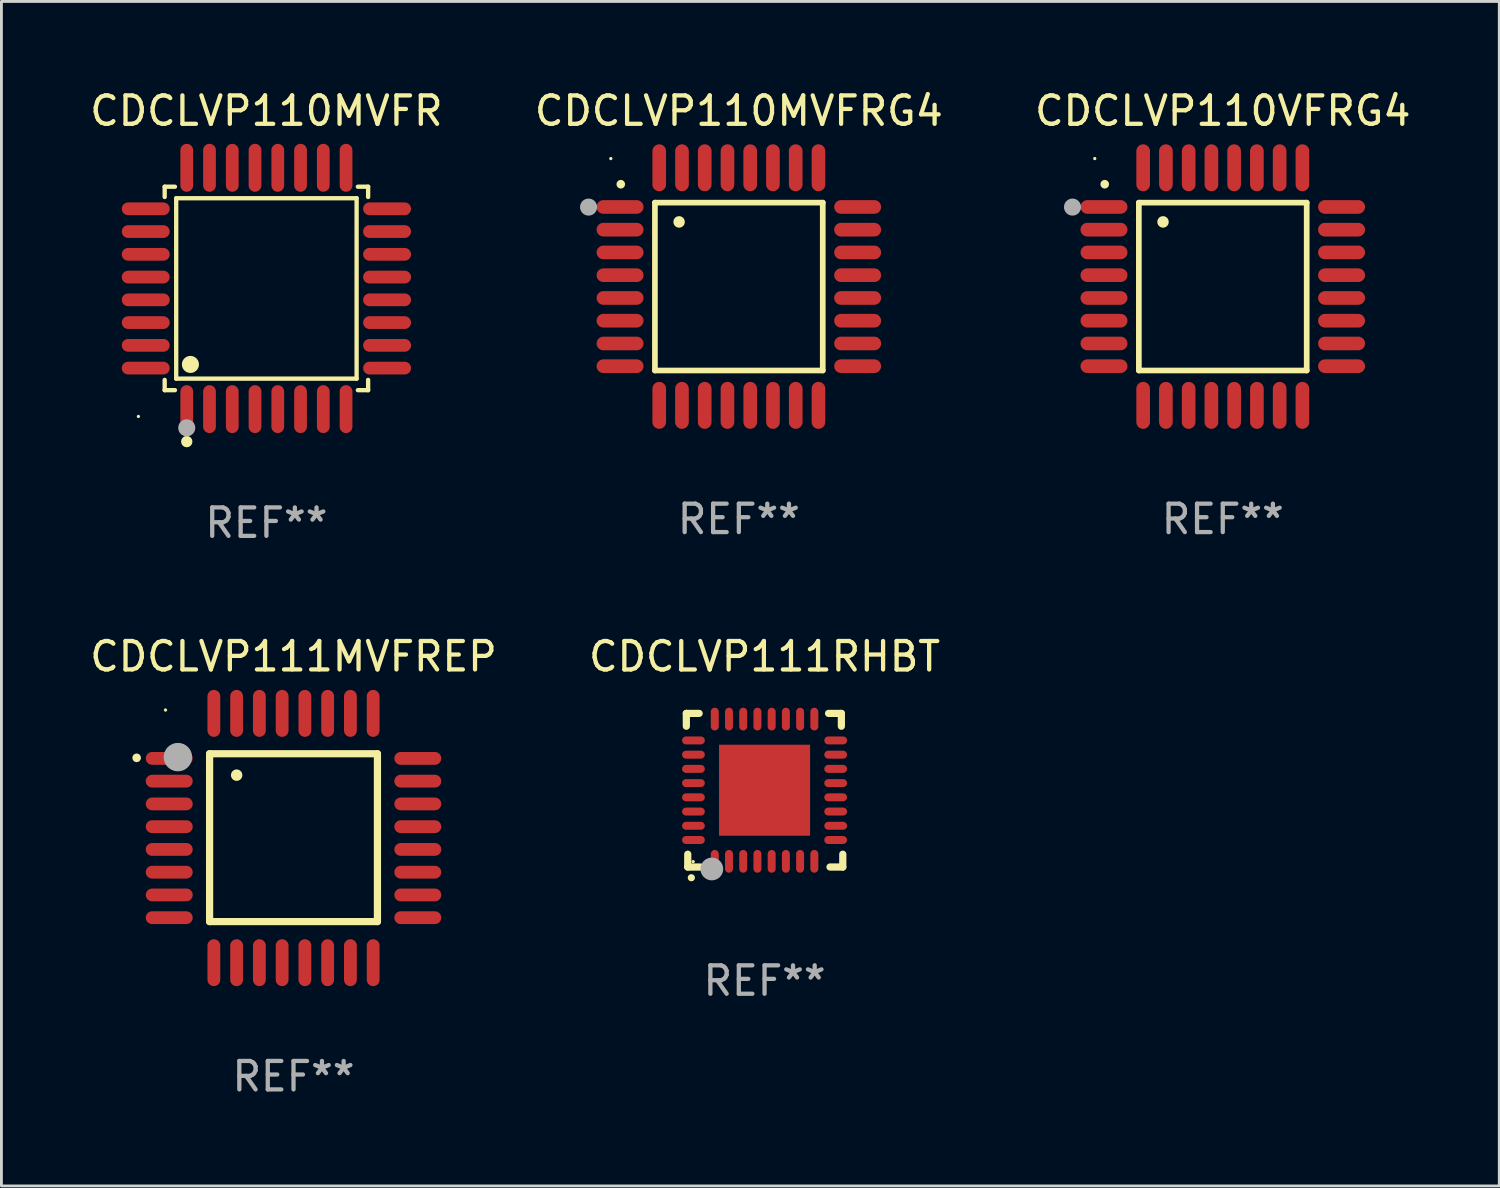
<source format=kicad_pcb>
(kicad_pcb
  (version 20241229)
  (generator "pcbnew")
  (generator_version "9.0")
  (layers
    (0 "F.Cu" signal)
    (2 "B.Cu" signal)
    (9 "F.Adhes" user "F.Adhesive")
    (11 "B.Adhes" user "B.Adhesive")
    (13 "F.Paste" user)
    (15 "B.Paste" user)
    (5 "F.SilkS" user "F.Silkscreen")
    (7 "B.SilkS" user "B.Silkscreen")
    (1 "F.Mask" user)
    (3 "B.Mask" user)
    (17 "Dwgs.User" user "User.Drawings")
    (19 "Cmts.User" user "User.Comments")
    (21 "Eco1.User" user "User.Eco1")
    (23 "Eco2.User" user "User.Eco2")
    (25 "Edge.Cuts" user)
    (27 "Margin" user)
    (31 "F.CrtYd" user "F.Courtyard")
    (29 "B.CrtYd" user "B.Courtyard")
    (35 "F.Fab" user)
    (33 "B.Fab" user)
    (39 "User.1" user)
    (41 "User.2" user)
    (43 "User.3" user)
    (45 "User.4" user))
  (footprint "CDCLVP110MVFR"
    (layer "F.Cu")
    (at 6.315 7.09)
    (property "Reference" "CDCLVP110MVFR" (at 0 -6.242 0) (layer "F.SilkS") (effects (font (size 1 1) (thickness 0.15))))
    (attr through_hole)
    (fp_line (start -3.576 -3.576) (end -3.215 -3.576) (stroke (width 0.152) (type solid)) (layer "F.SilkS"))
    (fp_line (start -3.576 -3.215) (end -3.576 -3.576) (stroke (width 0.152) (type solid)) (layer "F.SilkS"))
    (fp_line (start -3.576 3.215) (end -3.576 3.576) (stroke (width 0.152) (type solid)) (layer "F.SilkS"))
    (fp_line (start -3.576 3.576) (end -3.215 3.576) (stroke (width 0.152) (type solid)) (layer "F.SilkS"))
    (fp_line (start -3.171 -3.171) (end 3.171 -3.171) (stroke (width 0.152) (type solid)) (layer "F.SilkS"))
    (fp_line (start -3.171 3.171) (end -3.171 -3.171) (stroke (width 0.152) (type solid)) (layer "F.SilkS"))
    (fp_line (start 3.171 -3.171) (end 3.171 3.171) (stroke (width 0.152) (type solid)) (layer "F.SilkS"))
    (fp_line (start 3.171 3.171) (end -3.171 3.171) (stroke (width 0.152) (type solid)) (layer "F.SilkS"))
    (fp_line (start 3.576 -3.576) (end 3.215 -3.576) (stroke (width 0.152) (type solid)) (layer "F.SilkS"))
    (fp_line (start 3.576 -3.215) (end 3.576 -3.576) (stroke (width 0.152) (type solid)) (layer "F.SilkS"))
    (fp_line (start 3.576 3.215) (end 3.576 3.576) (stroke (width 0.152) (type solid)) (layer "F.SilkS"))
    (fp_line (start 3.576 3.576) (end 3.215 3.576) (stroke (width 0.152) (type solid)) (layer "F.SilkS"))
    (fp_circle (center -4.5 4.5) (end -4.47 4.5) (stroke (width 0.06) (type solid)) (fill no) (layer "F.SilkS"))
    (fp_circle (center -2.8 5.384) (end -2.7 5.384) (stroke (width 0.2) (type solid)) (fill no) (layer "F.SilkS"))
    (fp_circle (center -2.671 2.671) (end -2.521 2.671) (stroke (width 0.3) (type solid)) (fill no) (layer "F.SilkS"))
    (fp_circle (center -2.8 4.9) (end -2.65 4.9) (stroke (width 0.3) (type solid)) (fill no) (layer "F.Fab"))
    (fp_text user "REF**" (at 0 8.242 0) (layer "F.Fab") (effects (font (size 1 1) (thickness 0.15))))
    (pad "1" smd oval (at -2.8 4.242) (size 0.448 1.684) (layers "F.Cu" "F.Mask" "F.Paste"))
    (pad "2" smd oval (at -2 4.242) (size 0.448 1.684) (layers "F.Cu" "F.Mask" "F.Paste"))
    (pad "3" smd oval (at -1.2 4.242) (size 0.448 1.684) (layers "F.Cu" "F.Mask" "F.Paste"))
    (pad "4" smd oval (at -0.4 4.242) (size 0.448 1.684) (layers "F.Cu" "F.Mask" "F.Paste"))
    (pad "5" smd oval (at 0.4 4.242) (size 0.448 1.684) (layers "F.Cu" "F.Mask" "F.Paste"))
    (pad "6" smd oval (at 1.2 4.242) (size 0.448 1.684) (layers "F.Cu" "F.Mask" "F.Paste"))
    (pad "7" smd oval (at 2 4.242) (size 0.448 1.684) (layers "F.Cu" "F.Mask" "F.Paste"))
    (pad "8" smd oval (at 2.8 4.242) (size 0.448 1.684) (layers "F.Cu" "F.Mask" "F.Paste"))
    (pad "9" smd oval (at 4.242 2.8) (size 1.684 0.448) (layers "F.Cu" "F.Mask" "F.Paste"))
    (pad "10" smd oval (at 4.242 2) (size 1.684 0.448) (layers "F.Cu" "F.Mask" "F.Paste"))
    (pad "11" smd oval (at 4.242 1.2) (size 1.684 0.448) (layers "F.Cu" "F.Mask" "F.Paste"))
    (pad "12" smd oval (at 4.242 0.4) (size 1.684 0.448) (layers "F.Cu" "F.Mask" "F.Paste"))
    (pad "13" smd oval (at 4.242 -0.4) (size 1.684 0.448) (layers "F.Cu" "F.Mask" "F.Paste"))
    (pad "14" smd oval (at 4.242 -1.2) (size 1.684 0.448) (layers "F.Cu" "F.Mask" "F.Paste"))
    (pad "15" smd oval (at 4.242 -2) (size 1.684 0.448) (layers "F.Cu" "F.Mask" "F.Paste"))
    (pad "16" smd oval (at 4.242 -2.8) (size 1.684 0.448) (layers "F.Cu" "F.Mask" "F.Paste"))
    (pad "17" smd oval (at 2.8 -4.242) (size 0.448 1.684) (layers "F.Cu" "F.Mask" "F.Paste"))
    (pad "18" smd oval (at 2 -4.242) (size 0.448 1.684) (layers "F.Cu" "F.Mask" "F.Paste"))
    (pad "19" smd oval (at 1.2 -4.242) (size 0.448 1.684) (layers "F.Cu" "F.Mask" "F.Paste"))
    (pad "20" smd oval (at 0.4 -4.242) (size 0.448 1.684) (layers "F.Cu" "F.Mask" "F.Paste"))
    (pad "21" smd oval (at -0.4 -4.242) (size 0.448 1.684) (layers "F.Cu" "F.Mask" "F.Paste"))
    (pad "22" smd oval (at -1.2 -4.242) (size 0.448 1.684) (layers "F.Cu" "F.Mask" "F.Paste"))
    (pad "23" smd oval (at -2 -4.242) (size 0.448 1.684) (layers "F.Cu" "F.Mask" "F.Paste"))
    (pad "24" smd oval (at -2.8 -4.242) (size 0.448 1.684) (layers "F.Cu" "F.Mask" "F.Paste"))
    (pad "25" smd oval (at -4.242 -2.8) (size 1.684 0.448) (layers "F.Cu" "F.Mask" "F.Paste"))
    (pad "26" smd oval (at -4.242 -2) (size 1.684 0.448) (layers "F.Cu" "F.Mask" "F.Paste"))
    (pad "27" smd oval (at -4.242 -1.2) (size 1.684 0.448) (layers "F.Cu" "F.Mask" "F.Paste"))
    (pad "28" smd oval (at -4.242 -0.4) (size 1.684 0.448) (layers "F.Cu" "F.Mask" "F.Paste"))
    (pad "29" smd oval (at -4.242 0.4) (size 1.684 0.448) (layers "F.Cu" "F.Mask" "F.Paste"))
    (pad "30" smd oval (at -4.242 1.2) (size 1.684 0.448) (layers "F.Cu" "F.Mask" "F.Paste"))
    (pad "31" smd oval (at -4.242 2) (size 1.684 0.448) (layers "F.Cu" "F.Mask" "F.Paste"))
    (pad "32" smd oval (at -4.242 2.8) (size 1.684 0.448) (layers "F.Cu" "F.Mask" "F.Paste")))
  (footprint "CDCLVP110VFRG4"
    (layer "F.Cu")
    (at 39.935 7.024)
    (property "Reference" "CDCLVP110VFRG4" (at 0 -6.176 0) (layer "F.SilkS") (effects (font (size 1 1) (thickness 0.15))))
    (attr through_hole)
    (fp_line (start -2.95 -2.95) (end -2.95 2.95) (stroke (width 0.2) (type solid)) (layer "F.SilkS"))
    (fp_line (start -2.95 2.95) (end 2.95 2.95) (stroke (width 0.2) (type solid)) (layer "F.SilkS"))
    (fp_line (start 2.95 -2.95) (end -2.95 -2.95) (stroke (width 0.2) (type solid)) (layer "F.SilkS"))
    (fp_line (start 2.95 2.95) (end 2.95 -2.95) (stroke (width 0.2) (type solid)) (layer "F.SilkS"))
    (fp_arc (start -4.150178 -3.596622) (mid -4.150183 -3.597892) (end -4.150178 -3.599162) (stroke (width 0.3) (type solid)) (layer "F.SilkS"))
    (fp_arc (start -2.100394 -2.270739) (mid -2.10041 -2.273279) (end -2.100394 -2.275819) (stroke (width 0.4) (type solid)) (layer "F.SilkS"))
    (fp_circle (center -4.5 -4.5) (end -4.47 -4.5) (stroke (width 0.06) (type solid)) (fill no) (layer "F.SilkS"))
    (fp_circle (center -5.283 -2.794) (end -5.133 -2.794) (stroke (width 0.3) (type solid)) (fill no) (layer "F.Fab"))
    (fp_text user "REF**" (at 0 8.176 0) (layer "F.Fab") (effects (font (size 1 1) (thickness 0.15))))
    (pad "1" smd oval (at -4.176 -2.799 90) (size 0.48 1.65) (layers "F.Cu" "F.Mask" "F.Paste"))
    (pad "2" smd oval (at -4.176 -2 90) (size 0.48 1.65) (layers "F.Cu" "F.Mask" "F.Paste"))
    (pad "3" smd oval (at -4.176 -1.2 90) (size 0.48 1.65) (layers "F.Cu" "F.Mask" "F.Paste"))
    (pad "4" smd oval (at -4.176 -0.4 90) (size 0.48 1.65) (layers "F.Cu" "F.Mask" "F.Paste"))
    (pad "5" smd oval (at -4.176 0.4 90) (size 0.48 1.65) (layers "F.Cu" "F.Mask" "F.Paste"))
    (pad "6" smd oval (at -4.176 1.2 90) (size 0.48 1.65) (layers "F.Cu" "F.Mask" "F.Paste"))
    (pad "7" smd oval (at -4.176 2 90) (size 0.48 1.65) (layers "F.Cu" "F.Mask" "F.Paste"))
    (pad "8" smd oval (at -4.176 2.799 90) (size 0.48 1.65) (layers "F.Cu" "F.Mask" "F.Paste"))
    (pad "9" smd oval (at -2.799 4.176) (size 0.48 1.65) (layers "F.Cu" "F.Mask" "F.Paste"))
    (pad "10" smd oval (at -2 4.176) (size 0.48 1.65) (layers "F.Cu" "F.Mask" "F.Paste"))
    (pad "11" smd oval (at -1.2 4.176) (size 0.48 1.65) (layers "F.Cu" "F.Mask" "F.Paste"))
    (pad "12" smd oval (at -0.4 4.176) (size 0.48 1.65) (layers "F.Cu" "F.Mask" "F.Paste"))
    (pad "13" smd oval (at 0.4 4.176) (size 0.48 1.65) (layers "F.Cu" "F.Mask" "F.Paste"))
    (pad "14" smd oval (at 1.2 4.176) (size 0.48 1.65) (layers "F.Cu" "F.Mask" "F.Paste"))
    (pad "15" smd oval (at 2 4.176) (size 0.48 1.65) (layers "F.Cu" "F.Mask" "F.Paste"))
    (pad "16" smd oval (at 2.799 4.176) (size 0.48 1.65) (layers "F.Cu" "F.Mask" "F.Paste"))
    (pad "17" smd oval (at 4.176 2.799 90) (size 0.48 1.65) (layers "F.Cu" "F.Mask" "F.Paste"))
    (pad "18" smd oval (at 4.176 2 90) (size 0.48 1.65) (layers "F.Cu" "F.Mask" "F.Paste"))
    (pad "19" smd oval (at 4.176 1.2 90) (size 0.48 1.65) (layers "F.Cu" "F.Mask" "F.Paste"))
    (pad "20" smd oval (at 4.176 0.4 90) (size 0.48 1.65) (layers "F.Cu" "F.Mask" "F.Paste"))
    (pad "21" smd oval (at 4.176 -0.4 90) (size 0.48 1.65) (layers "F.Cu" "F.Mask" "F.Paste"))
    (pad "22" smd oval (at 4.176 -1.2 90) (size 0.48 1.65) (layers "F.Cu" "F.Mask" "F.Paste"))
    (pad "23" smd oval (at 4.176 -2 90) (size 0.48 1.65) (layers "F.Cu" "F.Mask" "F.Paste"))
    (pad "24" smd oval (at 4.176 -2.799 90) (size 0.48 1.65) (layers "F.Cu" "F.Mask" "F.Paste"))
    (pad "25" smd oval (at 2.799 -4.176) (size 0.48 1.65) (layers "F.Cu" "F.Mask" "F.Paste"))
    (pad "26" smd oval (at 1.999 -4.176) (size 0.48 1.65) (layers "F.Cu" "F.Mask" "F.Paste"))
    (pad "27" smd oval (at 1.199 -4.176) (size 0.48 1.65) (layers "F.Cu" "F.Mask" "F.Paste"))
    (pad "28" smd oval (at 0.399 -4.176) (size 0.48 1.65) (layers "F.Cu" "F.Mask" "F.Paste"))
    (pad "29" smd oval (at -0.399 -4.176) (size 0.48 1.65) (layers "F.Cu" "F.Mask" "F.Paste"))
    (pad "30" smd oval (at -1.199 -4.176) (size 0.48 1.65) (layers "F.Cu" "F.Mask" "F.Paste"))
    (pad "31" smd oval (at -1.999 -4.176) (size 0.48 1.65) (layers "F.Cu" "F.Mask" "F.Paste"))
    (pad "32" smd oval (at -2.799 -4.176) (size 0.48 1.65) (layers "F.Cu" "F.Mask" "F.Paste")))
  (footprint "CDCLVP110MVFRG4"
    (layer "F.Cu")
    (at 22.923 7.024)
    (property "Reference" "CDCLVP110MVFRG4" (at 0 -6.176 0) (layer "F.SilkS") (effects (font (size 1 1) (thickness 0.15))))
    (attr through_hole)
    (fp_line (start -2.95 -2.95) (end -2.95 2.95) (stroke (width 0.2) (type solid)) (layer "F.SilkS"))
    (fp_line (start -2.95 2.95) (end 2.95 2.95) (stroke (width 0.2) (type solid)) (layer "F.SilkS"))
    (fp_line (start 2.95 -2.95) (end -2.95 -2.95) (stroke (width 0.2) (type solid)) (layer "F.SilkS"))
    (fp_line (start 2.95 2.95) (end 2.95 -2.95) (stroke (width 0.2) (type solid)) (layer "F.SilkS"))
    (fp_arc (start -4.150178 -3.596622) (mid -4.150183 -3.597892) (end -4.150178 -3.599162) (stroke (width 0.3) (type solid)) (layer "F.SilkS"))
    (fp_arc (start -2.100394 -2.270739) (mid -2.10041 -2.273279) (end -2.100394 -2.275819) (stroke (width 0.4) (type solid)) (layer "F.SilkS"))
    (fp_circle (center -4.5 -4.5) (end -4.47 -4.5) (stroke (width 0.06) (type solid)) (fill no) (layer "F.SilkS"))
    (fp_circle (center -5.283 -2.794) (end -5.133 -2.794) (stroke (width 0.3) (type solid)) (fill no) (layer "F.Fab"))
    (fp_text user "REF**" (at 0 8.176 0) (layer "F.Fab") (effects (font (size 1 1) (thickness 0.15))))
    (pad "1" smd oval (at -4.176 -2.799 90) (size 0.48 1.65) (layers "F.Cu" "F.Mask" "F.Paste"))
    (pad "2" smd oval (at -4.176 -2 90) (size 0.48 1.65) (layers "F.Cu" "F.Mask" "F.Paste"))
    (pad "3" smd oval (at -4.176 -1.2 90) (size 0.48 1.65) (layers "F.Cu" "F.Mask" "F.Paste"))
    (pad "4" smd oval (at -4.176 -0.4 90) (size 0.48 1.65) (layers "F.Cu" "F.Mask" "F.Paste"))
    (pad "5" smd oval (at -4.176 0.4 90) (size 0.48 1.65) (layers "F.Cu" "F.Mask" "F.Paste"))
    (pad "6" smd oval (at -4.176 1.2 90) (size 0.48 1.65) (layers "F.Cu" "F.Mask" "F.Paste"))
    (pad "7" smd oval (at -4.176 2 90) (size 0.48 1.65) (layers "F.Cu" "F.Mask" "F.Paste"))
    (pad "8" smd oval (at -4.176 2.799 90) (size 0.48 1.65) (layers "F.Cu" "F.Mask" "F.Paste"))
    (pad "9" smd oval (at -2.799 4.176) (size 0.48 1.65) (layers "F.Cu" "F.Mask" "F.Paste"))
    (pad "10" smd oval (at -2 4.176) (size 0.48 1.65) (layers "F.Cu" "F.Mask" "F.Paste"))
    (pad "11" smd oval (at -1.2 4.176) (size 0.48 1.65) (layers "F.Cu" "F.Mask" "F.Paste"))
    (pad "12" smd oval (at -0.4 4.176) (size 0.48 1.65) (layers "F.Cu" "F.Mask" "F.Paste"))
    (pad "13" smd oval (at 0.4 4.176) (size 0.48 1.65) (layers "F.Cu" "F.Mask" "F.Paste"))
    (pad "14" smd oval (at 1.2 4.176) (size 0.48 1.65) (layers "F.Cu" "F.Mask" "F.Paste"))
    (pad "15" smd oval (at 2 4.176) (size 0.48 1.65) (layers "F.Cu" "F.Mask" "F.Paste"))
    (pad "16" smd oval (at 2.799 4.176) (size 0.48 1.65) (layers "F.Cu" "F.Mask" "F.Paste"))
    (pad "17" smd oval (at 4.176 2.799 90) (size 0.48 1.65) (layers "F.Cu" "F.Mask" "F.Paste"))
    (pad "18" smd oval (at 4.176 2 90) (size 0.48 1.65) (layers "F.Cu" "F.Mask" "F.Paste"))
    (pad "19" smd oval (at 4.176 1.2 90) (size 0.48 1.65) (layers "F.Cu" "F.Mask" "F.Paste"))
    (pad "20" smd oval (at 4.176 0.4 90) (size 0.48 1.65) (layers "F.Cu" "F.Mask" "F.Paste"))
    (pad "21" smd oval (at 4.176 -0.4 90) (size 0.48 1.65) (layers "F.Cu" "F.Mask" "F.Paste"))
    (pad "22" smd oval (at 4.176 -1.2 90) (size 0.48 1.65) (layers "F.Cu" "F.Mask" "F.Paste"))
    (pad "23" smd oval (at 4.176 -2 90) (size 0.48 1.65) (layers "F.Cu" "F.Mask" "F.Paste"))
    (pad "24" smd oval (at 4.176 -2.799 90) (size 0.48 1.65) (layers "F.Cu" "F.Mask" "F.Paste"))
    (pad "25" smd oval (at 2.799 -4.176) (size 0.48 1.65) (layers "F.Cu" "F.Mask" "F.Paste"))
    (pad "26" smd oval (at 1.999 -4.176) (size 0.48 1.65) (layers "F.Cu" "F.Mask" "F.Paste"))
    (pad "27" smd oval (at 1.199 -4.176) (size 0.48 1.65) (layers "F.Cu" "F.Mask" "F.Paste"))
    (pad "28" smd oval (at 0.399 -4.176) (size 0.48 1.65) (layers "F.Cu" "F.Mask" "F.Paste"))
    (pad "29" smd oval (at -0.399 -4.176) (size 0.48 1.65) (layers "F.Cu" "F.Mask" "F.Paste"))
    (pad "30" smd oval (at -1.199 -4.176) (size 0.48 1.65) (layers "F.Cu" "F.Mask" "F.Paste"))
    (pad "31" smd oval (at -1.999 -4.176) (size 0.48 1.65) (layers "F.Cu" "F.Mask" "F.Paste"))
    (pad "32" smd oval (at -2.799 -4.176) (size 0.48 1.65) (layers "F.Cu" "F.Mask" "F.Paste")))
  (footprint "CDCLVP111MVFREP"
    (layer "F.Cu")
    (at 7.268 26.41)
    (property "Reference" "CDCLVP111MVFREP" (at 0 -6.382 0) (layer "F.SilkS") (effects (font (size 1 1) (thickness 0.15))))
    (attr through_hole)
    (fp_line (start -2.95 -2.963) (end -2.95 2.937) (stroke (width 0.254) (type solid)) (layer "F.SilkS"))
    (fp_line (start -2.95 2.937) (end 2.95 2.937) (stroke (width 0.254) (type solid)) (layer "F.SilkS"))
    (fp_line (start 2.95 -2.963) (end -2.95 -2.963) (stroke (width 0.254) (type solid)) (layer "F.SilkS"))
    (fp_line (start 2.95 2.937) (end 2.95 -2.963) (stroke (width 0.254) (type solid)) (layer "F.SilkS"))
    (fp_arc (start -5.514199 -2.818136) (mid -5.514204 -2.819406) (end -5.514199 -2.820676) (stroke (width 0.3) (type solid)) (layer "F.SilkS"))
    (fp_arc (start -1.998984 -2.209804) (mid -1.998988 -2.211074) (end -1.998984 -2.212344) (stroke (width 0.4) (type solid)) (layer "F.SilkS"))
    (fp_circle (center -4.5 -4.5) (end -4.47 -4.5) (stroke (width 0.06) (type solid)) (fill no) (layer "F.SilkS"))
    (fp_circle (center -4.064 -2.845) (end -3.814 -2.845) (stroke (width 0.5) (type solid)) (fill no) (layer "F.Fab"))
    (fp_text user "REF**" (at 0 8.382 0) (layer "F.Fab") (effects (font (size 1 1) (thickness 0.15))))
    (pad "1" smd oval (at -4.369 -2.8 90) (size 0.45 1.65) (layers "F.Cu" "F.Mask" "F.Paste"))
    (pad "2" smd oval (at -4.369 -2 90) (size 0.45 1.65) (layers "F.Cu" "F.Mask" "F.Paste"))
    (pad "3" smd oval (at -4.369 -1.2 90) (size 0.45 1.65) (layers "F.Cu" "F.Mask" "F.Paste"))
    (pad "4" smd oval (at -4.369 -0.4 90) (size 0.45 1.65) (layers "F.Cu" "F.Mask" "F.Paste"))
    (pad "5" smd oval (at -4.369 0.4 90) (size 0.45 1.65) (layers "F.Cu" "F.Mask" "F.Paste"))
    (pad "6" smd oval (at -4.369 1.2 90) (size 0.45 1.65) (layers "F.Cu" "F.Mask" "F.Paste"))
    (pad "7" smd oval (at -4.369 2 90) (size 0.45 1.65) (layers "F.Cu" "F.Mask" "F.Paste"))
    (pad "8" smd oval (at -4.369 2.8 90) (size 0.45 1.65) (layers "F.Cu" "F.Mask" "F.Paste"))
    (pad "9" smd oval (at -2.8 4.382) (size 0.45 1.65) (layers "F.Cu" "F.Mask" "F.Paste"))
    (pad "10" smd oval (at -2 4.382) (size 0.45 1.65) (layers "F.Cu" "F.Mask" "F.Paste"))
    (pad "11" smd oval (at -1.2 4.382) (size 0.45 1.65) (layers "F.Cu" "F.Mask" "F.Paste"))
    (pad "12" smd oval (at -0.4 4.382) (size 0.45 1.65) (layers "F.Cu" "F.Mask" "F.Paste"))
    (pad "13" smd oval (at 0.4 4.382) (size 0.45 1.65) (layers "F.Cu" "F.Mask" "F.Paste"))
    (pad "14" smd oval (at 1.2 4.382) (size 0.45 1.65) (layers "F.Cu" "F.Mask" "F.Paste"))
    (pad "15" smd oval (at 2 4.382) (size 0.45 1.65) (layers "F.Cu" "F.Mask" "F.Paste"))
    (pad "16" smd oval (at 2.8 4.382) (size 0.45 1.65) (layers "F.Cu" "F.Mask" "F.Paste"))
    (pad "17" smd oval (at 4.369 2.8 90) (size 0.45 1.65) (layers "F.Cu" "F.Mask" "F.Paste"))
    (pad "18" smd oval (at 4.369 2 90) (size 0.45 1.65) (layers "F.Cu" "F.Mask" "F.Paste"))
    (pad "19" smd oval (at 4.369 1.2 90) (size 0.45 1.65) (layers "F.Cu" "F.Mask" "F.Paste"))
    (pad "20" smd oval (at 4.369 0.4 90) (size 0.45 1.65) (layers "F.Cu" "F.Mask" "F.Paste"))
    (pad "21" smd oval (at 4.369 -0.4 90) (size 0.45 1.65) (layers "F.Cu" "F.Mask" "F.Paste"))
    (pad "22" smd oval (at 4.369 -1.2 90) (size 0.45 1.65) (layers "F.Cu" "F.Mask" "F.Paste"))
    (pad "23" smd oval (at 4.369 -2 90) (size 0.45 1.65) (layers "F.Cu" "F.Mask" "F.Paste"))
    (pad "24" smd oval (at 4.369 -2.8 90) (size 0.45 1.65) (layers "F.Cu" "F.Mask" "F.Paste"))
    (pad "25" smd oval (at 2.8 -4.382) (size 0.45 1.65) (layers "F.Cu" "F.Mask" "F.Paste"))
    (pad "26" smd oval (at 2 -4.382) (size 0.45 1.65) (layers "F.Cu" "F.Mask" "F.Paste"))
    (pad "27" smd oval (at 1.2 -4.382) (size 0.45 1.65) (layers "F.Cu" "F.Mask" "F.Paste"))
    (pad "28" smd oval (at 0.4 -4.382) (size 0.45 1.65) (layers "F.Cu" "F.Mask" "F.Paste"))
    (pad "29" smd oval (at -0.4 -4.382) (size 0.45 1.65) (layers "F.Cu" "F.Mask" "F.Paste"))
    (pad "30" smd oval (at -1.2 -4.382) (size 0.45 1.65) (layers "F.Cu" "F.Mask" "F.Paste"))
    (pad "31" smd oval (at -2 -4.382) (size 0.45 1.65) (layers "F.Cu" "F.Mask" "F.Paste"))
    (pad "32" smd oval (at -2.8 -4.382) (size 0.45 1.65) (layers "F.Cu" "F.Mask" "F.Paste")))
  (footprint "CDCLVP111RHBT"
    (layer "F.Cu")
    (at 23.827 24.729)
    (property "Reference" "CDCLVP111RHBT" (at 0 -4.7 0) (layer "F.SilkS") (effects (font (size 1 1) (thickness 0.15))))
    (attr through_hole)
    (fp_line (start -2.75 -2.7) (end -2.75 -2.25) (stroke (width 0.254) (type solid)) (layer "F.SilkS"))
    (fp_line (start -2.7 2.7) (end -2.7 2.25) (stroke (width 0.254) (type solid)) (layer "F.SilkS"))
    (fp_line (start -2.3 -2.7) (end -2.75 -2.7) (stroke (width 0.254) (type solid)) (layer "F.SilkS"))
    (fp_line (start -2.25 2.7) (end -2.7 2.7) (stroke (width 0.254) (type solid)) (layer "F.SilkS"))
    (fp_line (start 2.3 2.7) (end 2.75 2.7) (stroke (width 0.254) (type solid)) (layer "F.SilkS"))
    (fp_line (start 2.7 -2.7) (end 2.25 -2.7) (stroke (width 0.254) (type solid)) (layer "F.SilkS"))
    (fp_line (start 2.7 -2.25) (end 2.7 -2.7) (stroke (width 0.254) (type solid)) (layer "F.SilkS"))
    (fp_line (start 2.75 2.7) (end 2.75 2.25) (stroke (width 0.254) (type solid)) (layer "F.SilkS"))
    (fp_arc (start -2.575565 3.075946) (mid -2.574295 3.07594) (end -2.573025 3.075946) (stroke (width 0.25) (type solid)) (layer "F.SilkS"))
    (fp_circle (center -2.51 2.51) (end -2.48 2.51) (stroke (width 0.06) (type solid)) (fill no) (layer "F.SilkS"))
    (fp_circle (center -1.854 2.769) (end -1.654 2.769) (stroke (width 0.4) (type solid)) (fill no) (layer "F.Fab"))
    (fp_text user "REF**" (at 0 6.7 0) (layer "F.Fab") (effects (font (size 1 1) (thickness 0.15))))
    (pad "1" smd oval (at -1.75 2.5) (size 0.28 0.8) (layers "F.Cu" "F.Mask" "F.Paste"))
    (pad "2" smd oval (at -1.25 2.5) (size 0.28 0.8) (layers "F.Cu" "F.Mask" "F.Paste"))
    (pad "3" smd oval (at -0.75 2.5) (size 0.28 0.8) (layers "F.Cu" "F.Mask" "F.Paste"))
    (pad "4" smd oval (at -0.25 2.5) (size 0.28 0.8) (layers "F.Cu" "F.Mask" "F.Paste"))
    (pad "5" smd oval (at 0.25 2.5) (size 0.28 0.8) (layers "F.Cu" "F.Mask" "F.Paste"))
    (pad "6" smd oval (at 0.75 2.5) (size 0.28 0.8) (layers "F.Cu" "F.Mask" "F.Paste"))
    (pad "7" smd oval (at 1.25 2.5) (size 0.28 0.8) (layers "F.Cu" "F.Mask" "F.Paste"))
    (pad "8" smd oval (at 1.75 2.5) (size 0.28 0.8) (layers "F.Cu" "F.Mask" "F.Paste"))
    (pad "9" smd oval (at 2.5 1.75 90) (size 0.28 0.8) (layers "F.Cu" "F.Mask" "F.Paste"))
    (pad "10" smd oval (at 2.5 1.25 90) (size 0.28 0.8) (layers "F.Cu" "F.Mask" "F.Paste"))
    (pad "11" smd oval (at 2.5 0.75 90) (size 0.28 0.8) (layers "F.Cu" "F.Mask" "F.Paste"))
    (pad "12" smd oval (at 2.5 0.25 90) (size 0.28 0.8) (layers "F.Cu" "F.Mask" "F.Paste"))
    (pad "13" smd oval (at 2.5 -0.25 90) (size 0.28 0.8) (layers "F.Cu" "F.Mask" "F.Paste"))
    (pad "14" smd oval (at 2.5 -0.75 90) (size 0.28 0.8) (layers "F.Cu" "F.Mask" "F.Paste"))
    (pad "15" smd oval (at 2.5 -1.25 90) (size 0.28 0.8) (layers "F.Cu" "F.Mask" "F.Paste"))
    (pad "16" smd oval (at 2.5 -1.75 90) (size 0.28 0.8) (layers "F.Cu" "F.Mask" "F.Paste"))
    (pad "17" smd oval (at 1.75 -2.5 180) (size 0.28 0.8) (layers "F.Cu" "F.Mask" "F.Paste"))
    (pad "18" smd oval (at 1.25 -2.5 180) (size 0.28 0.8) (layers "F.Cu" "F.Mask" "F.Paste"))
    (pad "19" smd oval (at 0.75 -2.5 180) (size 0.28 0.8) (layers "F.Cu" "F.Mask" "F.Paste"))
    (pad "20" smd oval (at 0.25 -2.5 180) (size 0.28 0.8) (layers "F.Cu" "F.Mask" "F.Paste"))
    (pad "21" smd oval (at -0.25 -2.5 180) (size 0.28 0.8) (layers "F.Cu" "F.Mask" "F.Paste"))
    (pad "22" smd oval (at -0.75 -2.5 180) (size 0.28 0.8) (layers "F.Cu" "F.Mask" "F.Paste"))
    (pad "23" smd oval (at -1.25 -2.5 180) (size 0.28 0.8) (layers "F.Cu" "F.Mask" "F.Paste"))
    (pad "24" smd oval (at -1.75 -2.5 180) (size 0.28 0.8) (layers "F.Cu" "F.Mask" "F.Paste"))
    (pad "25" smd oval (at -2.5 -1.75 270) (size 0.28 0.8) (layers "F.Cu" "F.Mask" "F.Paste"))
    (pad "26" smd oval (at -2.5 -1.25 270) (size 0.28 0.8) (layers "F.Cu" "F.Mask" "F.Paste"))
    (pad "27" smd oval (at -2.5 -0.75 270) (size 0.28 0.8) (layers "F.Cu" "F.Mask" "F.Paste"))
    (pad "28" smd oval (at -2.5 -0.25 270) (size 0.28 0.8) (layers "F.Cu" "F.Mask" "F.Paste"))
    (pad "29" smd oval (at -2.5 0.25 270) (size 0.28 0.8) (layers "F.Cu" "F.Mask" "F.Paste"))
    (pad "30" smd oval (at -2.5 0.75 270) (size 0.28 0.8) (layers "F.Cu" "F.Mask" "F.Paste"))
    (pad "31" smd oval (at -2.5 1.25 270) (size 0.28 0.8) (layers "F.Cu" "F.Mask" "F.Paste"))
    (pad "32" smd oval (at -2.5 1.75 270) (size 0.28 0.8) (layers "F.Cu" "F.Mask" "F.Paste"))
    (pad "33" smd rect (at 0.000076 0.000076) (size 3.2 3.2) (layers "F.Cu" "F.Mask" "F.Paste")))
  (gr_rect
    (start -3 -3)
    (end 49.655 38.64)
    (stroke (width 0.1) (type default))
    (fill no)
    (layer "Edge.Cuts")))
</source>
